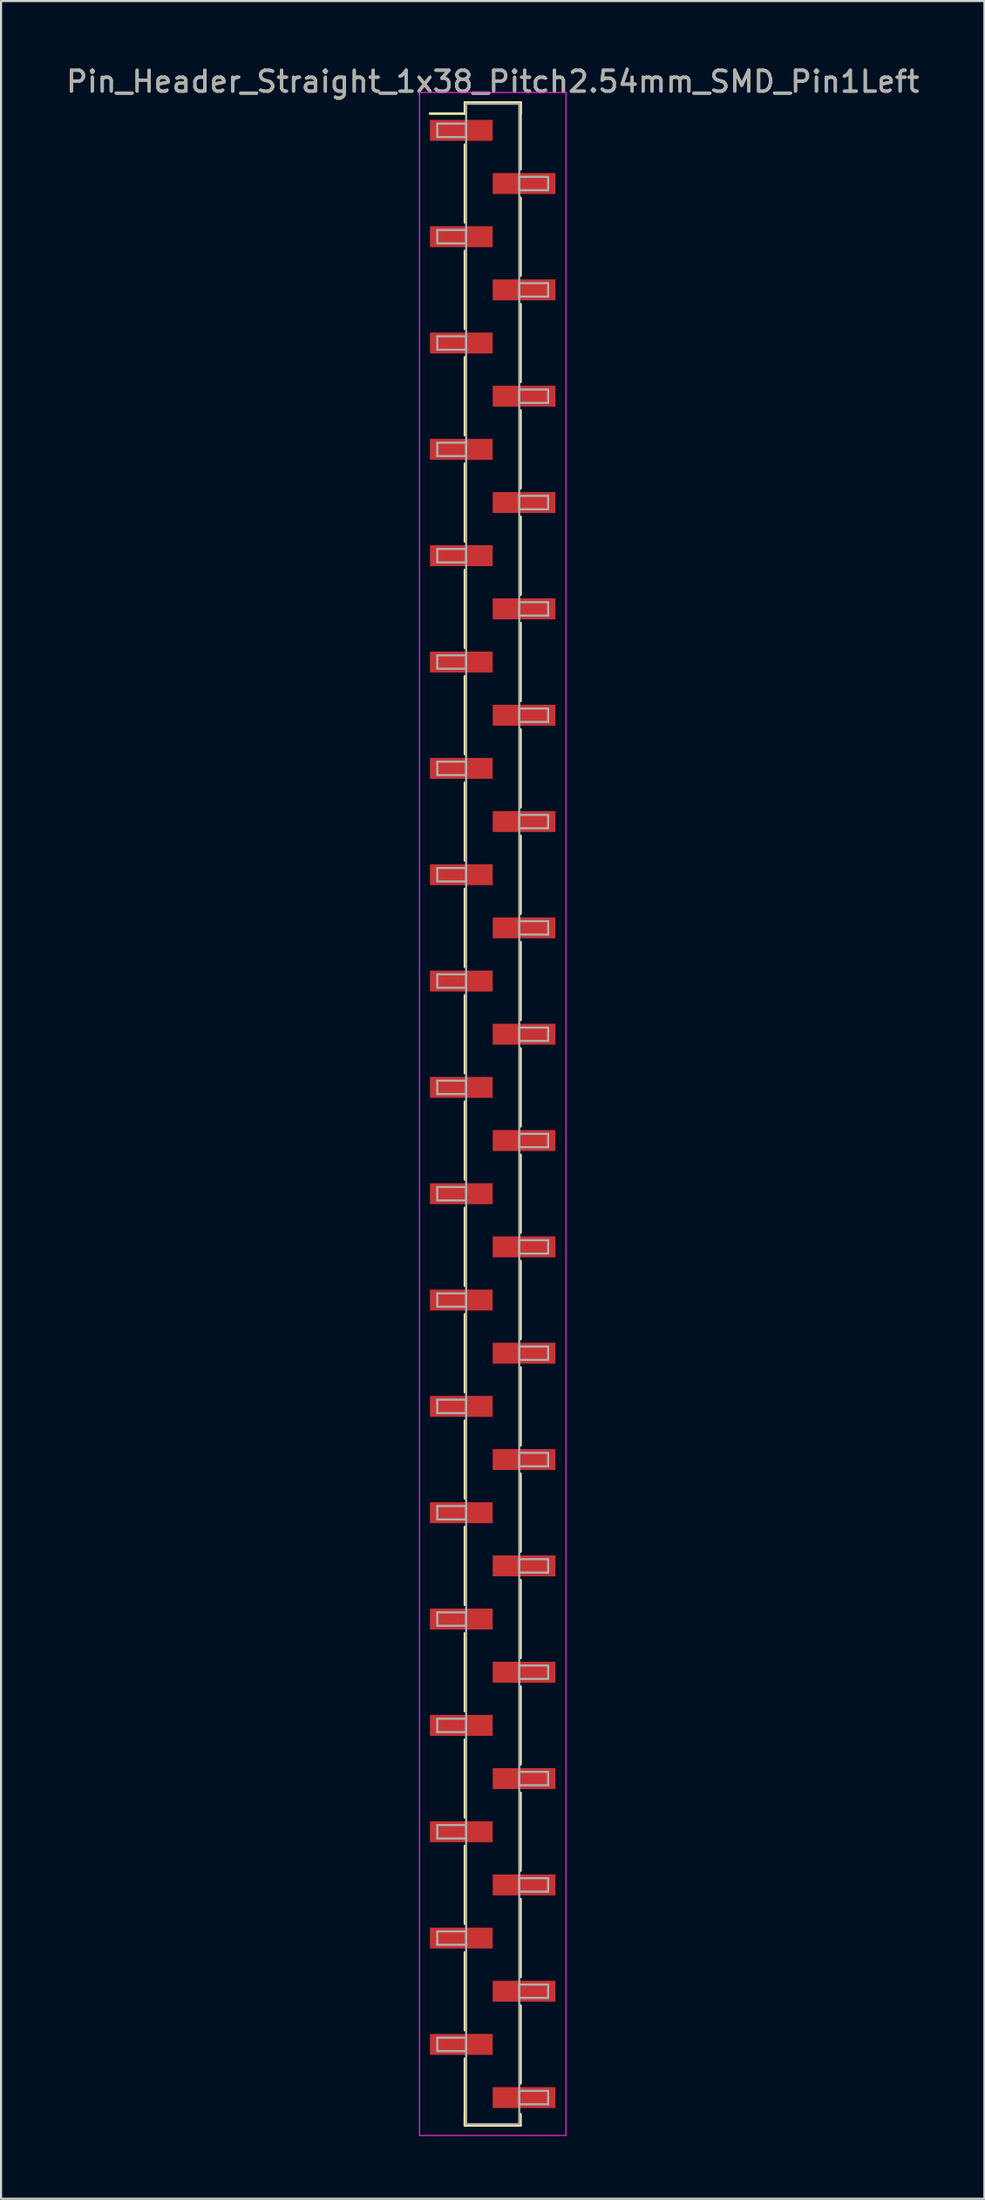
<source format=kicad_pcb>
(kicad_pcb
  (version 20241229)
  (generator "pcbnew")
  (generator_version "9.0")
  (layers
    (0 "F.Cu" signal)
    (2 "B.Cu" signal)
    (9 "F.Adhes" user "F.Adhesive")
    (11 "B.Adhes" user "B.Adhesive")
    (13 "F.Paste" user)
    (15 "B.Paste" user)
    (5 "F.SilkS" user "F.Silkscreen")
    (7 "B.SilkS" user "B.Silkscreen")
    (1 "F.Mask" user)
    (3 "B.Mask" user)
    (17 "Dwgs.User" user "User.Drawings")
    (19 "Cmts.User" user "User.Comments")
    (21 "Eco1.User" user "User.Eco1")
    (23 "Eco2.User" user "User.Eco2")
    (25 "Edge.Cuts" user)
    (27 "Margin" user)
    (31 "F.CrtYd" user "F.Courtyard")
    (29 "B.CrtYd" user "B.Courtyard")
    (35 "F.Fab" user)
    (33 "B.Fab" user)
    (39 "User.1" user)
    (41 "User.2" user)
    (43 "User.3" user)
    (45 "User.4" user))
  (footprint "Pin_Header_Straight_1x38_Pitch2.54mm_SMD_Pin1Left"
    (layer "F.Cu")
    (at 20.506 50.168)
    (property "Reference" "Pin_Header_Straight_1x38_Pitch2.54mm_SMD_Pin1Left" (at 0 -49.32 0) (layer "F.SilkS") (effects (font (size 1 1) (thickness 0.15))))
    (attr smd)
    (fp_line (start -1.33 -48.32) (end 1.33 -48.32) (stroke (width 0.12) (type solid)) (layer "F.SilkS"))
    (fp_line (start -1.33 -47.79) (end -3 -47.79) (stroke (width 0.12) (type solid)) (layer "F.SilkS"))
    (fp_line (start -1.33 -47.79) (end -1.33 -48.32) (stroke (width 0.12) (type solid)) (layer "F.SilkS"))
    (fp_line (start -1.33 -46.31) (end -1.33 -42.59) (stroke (width 0.12) (type solid)) (layer "F.SilkS"))
    (fp_line (start -1.33 -41.23) (end -1.33 -37.51) (stroke (width 0.12) (type solid)) (layer "F.SilkS"))
    (fp_line (start -1.33 -36.15) (end -1.33 -32.43) (stroke (width 0.12) (type solid)) (layer "F.SilkS"))
    (fp_line (start -1.33 -31.07) (end -1.33 -27.35) (stroke (width 0.12) (type solid)) (layer "F.SilkS"))
    (fp_line (start -1.33 -25.99) (end -1.33 -22.27) (stroke (width 0.12) (type solid)) (layer "F.SilkS"))
    (fp_line (start -1.33 -20.91) (end -1.33 -17.19) (stroke (width 0.12) (type solid)) (layer "F.SilkS"))
    (fp_line (start -1.33 -15.83) (end -1.33 -12.11) (stroke (width 0.12) (type solid)) (layer "F.SilkS"))
    (fp_line (start -1.33 -10.75) (end -1.33 -7.03) (stroke (width 0.12) (type solid)) (layer "F.SilkS"))
    (fp_line (start -1.33 -5.67) (end -1.33 -1.95) (stroke (width 0.12) (type solid)) (layer "F.SilkS"))
    (fp_line (start -1.33 -0.59) (end -1.33 3.13) (stroke (width 0.12) (type solid)) (layer "F.SilkS"))
    (fp_line (start -1.33 4.49) (end -1.33 8.21) (stroke (width 0.12) (type solid)) (layer "F.SilkS"))
    (fp_line (start -1.33 9.57) (end -1.33 13.29) (stroke (width 0.12) (type solid)) (layer "F.SilkS"))
    (fp_line (start -1.33 14.65) (end -1.33 18.37) (stroke (width 0.12) (type solid)) (layer "F.SilkS"))
    (fp_line (start -1.33 19.73) (end -1.33 23.45) (stroke (width 0.12) (type solid)) (layer "F.SilkS"))
    (fp_line (start -1.33 24.81) (end -1.33 28.53) (stroke (width 0.12) (type solid)) (layer "F.SilkS"))
    (fp_line (start -1.33 29.89) (end -1.33 33.61) (stroke (width 0.12) (type solid)) (layer "F.SilkS"))
    (fp_line (start -1.33 34.97) (end -1.33 38.69) (stroke (width 0.12) (type solid)) (layer "F.SilkS"))
    (fp_line (start -1.33 40.05) (end -1.33 43.77) (stroke (width 0.12) (type solid)) (layer "F.SilkS"))
    (fp_line (start -1.33 45.13) (end -1.33 48.32) (stroke (width 0.12) (type solid)) (layer "F.SilkS"))
    (fp_line (start -1.33 47.79) (end -1.33 48.32) (stroke (width 0.12) (type solid)) (layer "F.SilkS"))
    (fp_line (start -1.33 48.32) (end 1.33 48.32) (stroke (width 0.12) (type solid)) (layer "F.SilkS"))
    (fp_line (start 1.33 -48.32) (end 1.33 -47.79) (stroke (width 0.12) (type solid)) (layer "F.SilkS"))
    (fp_line (start 1.33 -48.32) (end 1.33 -45.13) (stroke (width 0.12) (type solid)) (layer "F.SilkS"))
    (fp_line (start 1.33 -43.77) (end 1.33 -40.05) (stroke (width 0.12) (type solid)) (layer "F.SilkS"))
    (fp_line (start 1.33 -38.69) (end 1.33 -34.97) (stroke (width 0.12) (type solid)) (layer "F.SilkS"))
    (fp_line (start 1.33 -33.61) (end 1.33 -29.89) (stroke (width 0.12) (type solid)) (layer "F.SilkS"))
    (fp_line (start 1.33 -28.53) (end 1.33 -24.81) (stroke (width 0.12) (type solid)) (layer "F.SilkS"))
    (fp_line (start 1.33 -23.45) (end 1.33 -19.73) (stroke (width 0.12) (type solid)) (layer "F.SilkS"))
    (fp_line (start 1.33 -18.37) (end 1.33 -14.65) (stroke (width 0.12) (type solid)) (layer "F.SilkS"))
    (fp_line (start 1.33 -13.29) (end 1.33 -9.57) (stroke (width 0.12) (type solid)) (layer "F.SilkS"))
    (fp_line (start 1.33 -8.21) (end 1.33 -4.49) (stroke (width 0.12) (type solid)) (layer "F.SilkS"))
    (fp_line (start 1.33 -3.13) (end 1.33 0.59) (stroke (width 0.12) (type solid)) (layer "F.SilkS"))
    (fp_line (start 1.33 1.95) (end 1.33 5.67) (stroke (width 0.12) (type solid)) (layer "F.SilkS"))
    (fp_line (start 1.33 7.03) (end 1.33 10.75) (stroke (width 0.12) (type solid)) (layer "F.SilkS"))
    (fp_line (start 1.33 12.11) (end 1.33 15.83) (stroke (width 0.12) (type solid)) (layer "F.SilkS"))
    (fp_line (start 1.33 17.19) (end 1.33 20.91) (stroke (width 0.12) (type solid)) (layer "F.SilkS"))
    (fp_line (start 1.33 22.27) (end 1.33 25.99) (stroke (width 0.12) (type solid)) (layer "F.SilkS"))
    (fp_line (start 1.33 27.35) (end 1.33 31.07) (stroke (width 0.12) (type solid)) (layer "F.SilkS"))
    (fp_line (start 1.33 32.43) (end 1.33 36.15) (stroke (width 0.12) (type solid)) (layer "F.SilkS"))
    (fp_line (start 1.33 37.51) (end 1.33 41.23) (stroke (width 0.12) (type solid)) (layer "F.SilkS"))
    (fp_line (start 1.33 42.59) (end 1.33 46.31) (stroke (width 0.12) (type solid)) (layer "F.SilkS"))
    (fp_line (start 1.33 48.32) (end 1.33 47.79) (stroke (width 0.12) (type solid)) (layer "F.SilkS"))
    (fp_line (start -3.5 -48.8) (end -3.5 48.8) (stroke (width 0.05) (type solid)) (layer "F.CrtYd"))
    (fp_line (start -3.5 48.8) (end 3.5 48.8) (stroke (width 0.05) (type solid)) (layer "F.CrtYd"))
    (fp_line (start 3.5 -48.8) (end -3.5 -48.8) (stroke (width 0.05) (type solid)) (layer "F.CrtYd"))
    (fp_line (start 3.5 48.8) (end 3.5 -48.8) (stroke (width 0.05) (type solid)) (layer "F.CrtYd"))
    (fp_line (start -2.65 -47.31) (end -1.27 -47.31) (stroke (width 0.1) (type solid)) (layer "F.Fab"))
    (fp_line (start -2.65 -46.67) (end -2.65 -47.31) (stroke (width 0.1) (type solid)) (layer "F.Fab"))
    (fp_line (start -2.65 -42.23) (end -1.27 -42.23) (stroke (width 0.1) (type solid)) (layer "F.Fab"))
    (fp_line (start -2.65 -41.59) (end -2.65 -42.23) (stroke (width 0.1) (type solid)) (layer "F.Fab"))
    (fp_line (start -2.65 -37.15) (end -1.27 -37.15) (stroke (width 0.1) (type solid)) (layer "F.Fab"))
    (fp_line (start -2.65 -36.51) (end -2.65 -37.15) (stroke (width 0.1) (type solid)) (layer "F.Fab"))
    (fp_line (start -2.65 -32.07) (end -1.27 -32.07) (stroke (width 0.1) (type solid)) (layer "F.Fab"))
    (fp_line (start -2.65 -31.43) (end -2.65 -32.07) (stroke (width 0.1) (type solid)) (layer "F.Fab"))
    (fp_line (start -2.65 -26.99) (end -1.27 -26.99) (stroke (width 0.1) (type solid)) (layer "F.Fab"))
    (fp_line (start -2.65 -26.35) (end -2.65 -26.99) (stroke (width 0.1) (type solid)) (layer "F.Fab"))
    (fp_line (start -2.65 -21.91) (end -1.27 -21.91) (stroke (width 0.1) (type solid)) (layer "F.Fab"))
    (fp_line (start -2.65 -21.27) (end -2.65 -21.91) (stroke (width 0.1) (type solid)) (layer "F.Fab"))
    (fp_line (start -2.65 -16.83) (end -1.27 -16.83) (stroke (width 0.1) (type solid)) (layer "F.Fab"))
    (fp_line (start -2.65 -16.19) (end -2.65 -16.83) (stroke (width 0.1) (type solid)) (layer "F.Fab"))
    (fp_line (start -2.65 -11.75) (end -1.27 -11.75) (stroke (width 0.1) (type solid)) (layer "F.Fab"))
    (fp_line (start -2.65 -11.11) (end -2.65 -11.75) (stroke (width 0.1) (type solid)) (layer "F.Fab"))
    (fp_line (start -2.65 -6.67) (end -1.27 -6.67) (stroke (width 0.1) (type solid)) (layer "F.Fab"))
    (fp_line (start -2.65 -6.03) (end -2.65 -6.67) (stroke (width 0.1) (type solid)) (layer "F.Fab"))
    (fp_line (start -2.65 -1.59) (end -1.27 -1.59) (stroke (width 0.1) (type solid)) (layer "F.Fab"))
    (fp_line (start -2.65 -0.95) (end -2.65 -1.59) (stroke (width 0.1) (type solid)) (layer "F.Fab"))
    (fp_line (start -2.65 3.49) (end -1.27 3.49) (stroke (width 0.1) (type solid)) (layer "F.Fab"))
    (fp_line (start -2.65 4.13) (end -2.65 3.49) (stroke (width 0.1) (type solid)) (layer "F.Fab"))
    (fp_line (start -2.65 8.57) (end -1.27 8.57) (stroke (width 0.1) (type solid)) (layer "F.Fab"))
    (fp_line (start -2.65 9.21) (end -2.65 8.57) (stroke (width 0.1) (type solid)) (layer "F.Fab"))
    (fp_line (start -2.65 13.65) (end -1.27 13.65) (stroke (width 0.1) (type solid)) (layer "F.Fab"))
    (fp_line (start -2.65 14.29) (end -2.65 13.65) (stroke (width 0.1) (type solid)) (layer "F.Fab"))
    (fp_line (start -2.65 18.73) (end -1.27 18.73) (stroke (width 0.1) (type solid)) (layer "F.Fab"))
    (fp_line (start -2.65 19.37) (end -2.65 18.73) (stroke (width 0.1) (type solid)) (layer "F.Fab"))
    (fp_line (start -2.65 23.81) (end -1.27 23.81) (stroke (width 0.1) (type solid)) (layer "F.Fab"))
    (fp_line (start -2.65 24.45) (end -2.65 23.81) (stroke (width 0.1) (type solid)) (layer "F.Fab"))
    (fp_line (start -2.65 28.89) (end -1.27 28.89) (stroke (width 0.1) (type solid)) (layer "F.Fab"))
    (fp_line (start -2.65 29.53) (end -2.65 28.89) (stroke (width 0.1) (type solid)) (layer "F.Fab"))
    (fp_line (start -2.65 33.97) (end -1.27 33.97) (stroke (width 0.1) (type solid)) (layer "F.Fab"))
    (fp_line (start -2.65 34.61) (end -2.65 33.97) (stroke (width 0.1) (type solid)) (layer "F.Fab"))
    (fp_line (start -2.65 39.05) (end -1.27 39.05) (stroke (width 0.1) (type solid)) (layer "F.Fab"))
    (fp_line (start -2.65 39.69) (end -2.65 39.05) (stroke (width 0.1) (type solid)) (layer "F.Fab"))
    (fp_line (start -2.65 44.13) (end -1.27 44.13) (stroke (width 0.1) (type solid)) (layer "F.Fab"))
    (fp_line (start -2.65 44.77) (end -2.65 44.13) (stroke (width 0.1) (type solid)) (layer "F.Fab"))
    (fp_line (start -1.27 -48.26) (end -1.27 48.26) (stroke (width 0.1) (type solid)) (layer "F.Fab"))
    (fp_line (start -1.27 -47.31) (end -1.27 -46.67) (stroke (width 0.1) (type solid)) (layer "F.Fab"))
    (fp_line (start -1.27 -46.67) (end -2.65 -46.67) (stroke (width 0.1) (type solid)) (layer "F.Fab"))
    (fp_line (start -1.27 -42.23) (end -1.27 -41.59) (stroke (width 0.1) (type solid)) (layer "F.Fab"))
    (fp_line (start -1.27 -41.59) (end -2.65 -41.59) (stroke (width 0.1) (type solid)) (layer "F.Fab"))
    (fp_line (start -1.27 -37.15) (end -1.27 -36.51) (stroke (width 0.1) (type solid)) (layer "F.Fab"))
    (fp_line (start -1.27 -36.51) (end -2.65 -36.51) (stroke (width 0.1) (type solid)) (layer "F.Fab"))
    (fp_line (start -1.27 -32.07) (end -1.27 -31.43) (stroke (width 0.1) (type solid)) (layer "F.Fab"))
    (fp_line (start -1.27 -31.43) (end -2.65 -31.43) (stroke (width 0.1) (type solid)) (layer "F.Fab"))
    (fp_line (start -1.27 -26.99) (end -1.27 -26.35) (stroke (width 0.1) (type solid)) (layer "F.Fab"))
    (fp_line (start -1.27 -26.35) (end -2.65 -26.35) (stroke (width 0.1) (type solid)) (layer "F.Fab"))
    (fp_line (start -1.27 -21.91) (end -1.27 -21.27) (stroke (width 0.1) (type solid)) (layer "F.Fab"))
    (fp_line (start -1.27 -21.27) (end -2.65 -21.27) (stroke (width 0.1) (type solid)) (layer "F.Fab"))
    (fp_line (start -1.27 -16.83) (end -1.27 -16.19) (stroke (width 0.1) (type solid)) (layer "F.Fab"))
    (fp_line (start -1.27 -16.19) (end -2.65 -16.19) (stroke (width 0.1) (type solid)) (layer "F.Fab"))
    (fp_line (start -1.27 -11.75) (end -1.27 -11.11) (stroke (width 0.1) (type solid)) (layer "F.Fab"))
    (fp_line (start -1.27 -11.11) (end -2.65 -11.11) (stroke (width 0.1) (type solid)) (layer "F.Fab"))
    (fp_line (start -1.27 -6.67) (end -1.27 -6.03) (stroke (width 0.1) (type solid)) (layer "F.Fab"))
    (fp_line (start -1.27 -6.03) (end -2.65 -6.03) (stroke (width 0.1) (type solid)) (layer "F.Fab"))
    (fp_line (start -1.27 -1.59) (end -1.27 -0.95) (stroke (width 0.1) (type solid)) (layer "F.Fab"))
    (fp_line (start -1.27 -0.95) (end -2.65 -0.95) (stroke (width 0.1) (type solid)) (layer "F.Fab"))
    (fp_line (start -1.27 3.49) (end -1.27 4.13) (stroke (width 0.1) (type solid)) (layer "F.Fab"))
    (fp_line (start -1.27 4.13) (end -2.65 4.13) (stroke (width 0.1) (type solid)) (layer "F.Fab"))
    (fp_line (start -1.27 8.57) (end -1.27 9.21) (stroke (width 0.1) (type solid)) (layer "F.Fab"))
    (fp_line (start -1.27 9.21) (end -2.65 9.21) (stroke (width 0.1) (type solid)) (layer "F.Fab"))
    (fp_line (start -1.27 13.65) (end -1.27 14.29) (stroke (width 0.1) (type solid)) (layer "F.Fab"))
    (fp_line (start -1.27 14.29) (end -2.65 14.29) (stroke (width 0.1) (type solid)) (layer "F.Fab"))
    (fp_line (start -1.27 18.73) (end -1.27 19.37) (stroke (width 0.1) (type solid)) (layer "F.Fab"))
    (fp_line (start -1.27 19.37) (end -2.65 19.37) (stroke (width 0.1) (type solid)) (layer "F.Fab"))
    (fp_line (start -1.27 23.81) (end -1.27 24.45) (stroke (width 0.1) (type solid)) (layer "F.Fab"))
    (fp_line (start -1.27 24.45) (end -2.65 24.45) (stroke (width 0.1) (type solid)) (layer "F.Fab"))
    (fp_line (start -1.27 28.89) (end -1.27 29.53) (stroke (width 0.1) (type solid)) (layer "F.Fab"))
    (fp_line (start -1.27 29.53) (end -2.65 29.53) (stroke (width 0.1) (type solid)) (layer "F.Fab"))
    (fp_line (start -1.27 33.97) (end -1.27 34.61) (stroke (width 0.1) (type solid)) (layer "F.Fab"))
    (fp_line (start -1.27 34.61) (end -2.65 34.61) (stroke (width 0.1) (type solid)) (layer "F.Fab"))
    (fp_line (start -1.27 39.05) (end -1.27 39.69) (stroke (width 0.1) (type solid)) (layer "F.Fab"))
    (fp_line (start -1.27 39.69) (end -2.65 39.69) (stroke (width 0.1) (type solid)) (layer "F.Fab"))
    (fp_line (start -1.27 44.13) (end -1.27 44.77) (stroke (width 0.1) (type solid)) (layer "F.Fab"))
    (fp_line (start -1.27 44.77) (end -2.65 44.77) (stroke (width 0.1) (type solid)) (layer "F.Fab"))
    (fp_line (start -1.27 48.26) (end 1.27 48.26) (stroke (width 0.1) (type solid)) (layer "F.Fab"))
    (fp_line (start 1.27 -48.26) (end -1.27 -48.26) (stroke (width 0.1) (type solid)) (layer "F.Fab"))
    (fp_line (start 1.27 -44.77) (end 1.27 -44.13) (stroke (width 0.1) (type solid)) (layer "F.Fab"))
    (fp_line (start 1.27 -44.13) (end 2.65 -44.13) (stroke (width 0.1) (type solid)) (layer "F.Fab"))
    (fp_line (start 1.27 -39.69) (end 1.27 -39.05) (stroke (width 0.1) (type solid)) (layer "F.Fab"))
    (fp_line (start 1.27 -39.05) (end 2.65 -39.05) (stroke (width 0.1) (type solid)) (layer "F.Fab"))
    (fp_line (start 1.27 -34.61) (end 1.27 -33.97) (stroke (width 0.1) (type solid)) (layer "F.Fab"))
    (fp_line (start 1.27 -33.97) (end 2.65 -33.97) (stroke (width 0.1) (type solid)) (layer "F.Fab"))
    (fp_line (start 1.27 -29.53) (end 1.27 -28.89) (stroke (width 0.1) (type solid)) (layer "F.Fab"))
    (fp_line (start 1.27 -28.89) (end 2.65 -28.89) (stroke (width 0.1) (type solid)) (layer "F.Fab"))
    (fp_line (start 1.27 -24.45) (end 1.27 -23.81) (stroke (width 0.1) (type solid)) (layer "F.Fab"))
    (fp_line (start 1.27 -23.81) (end 2.65 -23.81) (stroke (width 0.1) (type solid)) (layer "F.Fab"))
    (fp_line (start 1.27 -19.37) (end 1.27 -18.73) (stroke (width 0.1) (type solid)) (layer "F.Fab"))
    (fp_line (start 1.27 -18.73) (end 2.65 -18.73) (stroke (width 0.1) (type solid)) (layer "F.Fab"))
    (fp_line (start 1.27 -14.29) (end 1.27 -13.65) (stroke (width 0.1) (type solid)) (layer "F.Fab"))
    (fp_line (start 1.27 -13.65) (end 2.65 -13.65) (stroke (width 0.1) (type solid)) (layer "F.Fab"))
    (fp_line (start 1.27 -9.21) (end 1.27 -8.57) (stroke (width 0.1) (type solid)) (layer "F.Fab"))
    (fp_line (start 1.27 -8.57) (end 2.65 -8.57) (stroke (width 0.1) (type solid)) (layer "F.Fab"))
    (fp_line (start 1.27 -4.13) (end 1.27 -3.49) (stroke (width 0.1) (type solid)) (layer "F.Fab"))
    (fp_line (start 1.27 -3.49) (end 2.65 -3.49) (stroke (width 0.1) (type solid)) (layer "F.Fab"))
    (fp_line (start 1.27 0.95) (end 1.27 1.59) (stroke (width 0.1) (type solid)) (layer "F.Fab"))
    (fp_line (start 1.27 1.59) (end 2.65 1.59) (stroke (width 0.1) (type solid)) (layer "F.Fab"))
    (fp_line (start 1.27 6.03) (end 1.27 6.67) (stroke (width 0.1) (type solid)) (layer "F.Fab"))
    (fp_line (start 1.27 6.67) (end 2.65 6.67) (stroke (width 0.1) (type solid)) (layer "F.Fab"))
    (fp_line (start 1.27 11.11) (end 1.27 11.75) (stroke (width 0.1) (type solid)) (layer "F.Fab"))
    (fp_line (start 1.27 11.75) (end 2.65 11.75) (stroke (width 0.1) (type solid)) (layer "F.Fab"))
    (fp_line (start 1.27 16.19) (end 1.27 16.83) (stroke (width 0.1) (type solid)) (layer "F.Fab"))
    (fp_line (start 1.27 16.83) (end 2.65 16.83) (stroke (width 0.1) (type solid)) (layer "F.Fab"))
    (fp_line (start 1.27 21.27) (end 1.27 21.91) (stroke (width 0.1) (type solid)) (layer "F.Fab"))
    (fp_line (start 1.27 21.91) (end 2.65 21.91) (stroke (width 0.1) (type solid)) (layer "F.Fab"))
    (fp_line (start 1.27 26.35) (end 1.27 26.99) (stroke (width 0.1) (type solid)) (layer "F.Fab"))
    (fp_line (start 1.27 26.99) (end 2.65 26.99) (stroke (width 0.1) (type solid)) (layer "F.Fab"))
    (fp_line (start 1.27 31.43) (end 1.27 32.07) (stroke (width 0.1) (type solid)) (layer "F.Fab"))
    (fp_line (start 1.27 32.07) (end 2.65 32.07) (stroke (width 0.1) (type solid)) (layer "F.Fab"))
    (fp_line (start 1.27 36.51) (end 1.27 37.15) (stroke (width 0.1) (type solid)) (layer "F.Fab"))
    (fp_line (start 1.27 37.15) (end 2.65 37.15) (stroke (width 0.1) (type solid)) (layer "F.Fab"))
    (fp_line (start 1.27 41.59) (end 1.27 42.23) (stroke (width 0.1) (type solid)) (layer "F.Fab"))
    (fp_line (start 1.27 42.23) (end 2.65 42.23) (stroke (width 0.1) (type solid)) (layer "F.Fab"))
    (fp_line (start 1.27 46.67) (end 1.27 47.31) (stroke (width 0.1) (type solid)) (layer "F.Fab"))
    (fp_line (start 1.27 47.31) (end 2.65 47.31) (stroke (width 0.1) (type solid)) (layer "F.Fab"))
    (fp_line (start 1.27 48.26) (end 1.27 -48.26) (stroke (width 0.1) (type solid)) (layer "F.Fab"))
    (fp_line (start 2.65 -44.77) (end 1.27 -44.77) (stroke (width 0.1) (type solid)) (layer "F.Fab"))
    (fp_line (start 2.65 -44.13) (end 2.65 -44.77) (stroke (width 0.1) (type solid)) (layer "F.Fab"))
    (fp_line (start 2.65 -39.69) (end 1.27 -39.69) (stroke (width 0.1) (type solid)) (layer "F.Fab"))
    (fp_line (start 2.65 -39.05) (end 2.65 -39.69) (stroke (width 0.1) (type solid)) (layer "F.Fab"))
    (fp_line (start 2.65 -34.61) (end 1.27 -34.61) (stroke (width 0.1) (type solid)) (layer "F.Fab"))
    (fp_line (start 2.65 -33.97) (end 2.65 -34.61) (stroke (width 0.1) (type solid)) (layer "F.Fab"))
    (fp_line (start 2.65 -29.53) (end 1.27 -29.53) (stroke (width 0.1) (type solid)) (layer "F.Fab"))
    (fp_line (start 2.65 -28.89) (end 2.65 -29.53) (stroke (width 0.1) (type solid)) (layer "F.Fab"))
    (fp_line (start 2.65 -24.45) (end 1.27 -24.45) (stroke (width 0.1) (type solid)) (layer "F.Fab"))
    (fp_line (start 2.65 -23.81) (end 2.65 -24.45) (stroke (width 0.1) (type solid)) (layer "F.Fab"))
    (fp_line (start 2.65 -19.37) (end 1.27 -19.37) (stroke (width 0.1) (type solid)) (layer "F.Fab"))
    (fp_line (start 2.65 -18.73) (end 2.65 -19.37) (stroke (width 0.1) (type solid)) (layer "F.Fab"))
    (fp_line (start 2.65 -14.29) (end 1.27 -14.29) (stroke (width 0.1) (type solid)) (layer "F.Fab"))
    (fp_line (start 2.65 -13.65) (end 2.65 -14.29) (stroke (width 0.1) (type solid)) (layer "F.Fab"))
    (fp_line (start 2.65 -9.21) (end 1.27 -9.21) (stroke (width 0.1) (type solid)) (layer "F.Fab"))
    (fp_line (start 2.65 -8.57) (end 2.65 -9.21) (stroke (width 0.1) (type solid)) (layer "F.Fab"))
    (fp_line (start 2.65 -4.13) (end 1.27 -4.13) (stroke (width 0.1) (type solid)) (layer "F.Fab"))
    (fp_line (start 2.65 -3.49) (end 2.65 -4.13) (stroke (width 0.1) (type solid)) (layer "F.Fab"))
    (fp_line (start 2.65 0.95) (end 1.27 0.95) (stroke (width 0.1) (type solid)) (layer "F.Fab"))
    (fp_line (start 2.65 1.59) (end 2.65 0.95) (stroke (width 0.1) (type solid)) (layer "F.Fab"))
    (fp_line (start 2.65 6.03) (end 1.27 6.03) (stroke (width 0.1) (type solid)) (layer "F.Fab"))
    (fp_line (start 2.65 6.67) (end 2.65 6.03) (stroke (width 0.1) (type solid)) (layer "F.Fab"))
    (fp_line (start 2.65 11.11) (end 1.27 11.11) (stroke (width 0.1) (type solid)) (layer "F.Fab"))
    (fp_line (start 2.65 11.75) (end 2.65 11.11) (stroke (width 0.1) (type solid)) (layer "F.Fab"))
    (fp_line (start 2.65 16.19) (end 1.27 16.19) (stroke (width 0.1) (type solid)) (layer "F.Fab"))
    (fp_line (start 2.65 16.83) (end 2.65 16.19) (stroke (width 0.1) (type solid)) (layer "F.Fab"))
    (fp_line (start 2.65 21.27) (end 1.27 21.27) (stroke (width 0.1) (type solid)) (layer "F.Fab"))
    (fp_line (start 2.65 21.91) (end 2.65 21.27) (stroke (width 0.1) (type solid)) (layer "F.Fab"))
    (fp_line (start 2.65 26.35) (end 1.27 26.35) (stroke (width 0.1) (type solid)) (layer "F.Fab"))
    (fp_line (start 2.65 26.99) (end 2.65 26.35) (stroke (width 0.1) (type solid)) (layer "F.Fab"))
    (fp_line (start 2.65 31.43) (end 1.27 31.43) (stroke (width 0.1) (type solid)) (layer "F.Fab"))
    (fp_line (start 2.65 32.07) (end 2.65 31.43) (stroke (width 0.1) (type solid)) (layer "F.Fab"))
    (fp_line (start 2.65 36.51) (end 1.27 36.51) (stroke (width 0.1) (type solid)) (layer "F.Fab"))
    (fp_line (start 2.65 37.15) (end 2.65 36.51) (stroke (width 0.1) (type solid)) (layer "F.Fab"))
    (fp_line (start 2.65 41.59) (end 1.27 41.59) (stroke (width 0.1) (type solid)) (layer "F.Fab"))
    (fp_line (start 2.65 42.23) (end 2.65 41.59) (stroke (width 0.1) (type solid)) (layer "F.Fab"))
    (fp_line (start 2.65 46.67) (end 1.27 46.67) (stroke (width 0.1) (type solid)) (layer "F.Fab"))
    (fp_line (start 2.65 47.31) (end 2.65 46.67) (stroke (width 0.1) (type solid)) (layer "F.Fab"))
    (fp_text user "${REFERENCE}" (at 0 -49.32 0) (layer "F.Fab") (effects (font (size 1 1) (thickness 0.15))))
    (pad "1" smd rect (at -1.5 -46.99) (size 3 1) (layers "F.Cu" "F.Mask" "F.Paste"))
    (pad "2" smd rect (at 1.5 -44.45) (size 3 1) (layers "F.Cu" "F.Mask" "F.Paste"))
    (pad "3" smd rect (at -1.5 -41.91) (size 3 1) (layers "F.Cu" "F.Mask" "F.Paste"))
    (pad "4" smd rect (at 1.5 -39.37) (size 3 1) (layers "F.Cu" "F.Mask" "F.Paste"))
    (pad "5" smd rect (at -1.5 -36.83) (size 3 1) (layers "F.Cu" "F.Mask" "F.Paste"))
    (pad "6" smd rect (at 1.5 -34.29) (size 3 1) (layers "F.Cu" "F.Mask" "F.Paste"))
    (pad "7" smd rect (at -1.5 -31.75) (size 3 1) (layers "F.Cu" "F.Mask" "F.Paste"))
    (pad "8" smd rect (at 1.5 -29.21) (size 3 1) (layers "F.Cu" "F.Mask" "F.Paste"))
    (pad "9" smd rect (at -1.5 -26.67) (size 3 1) (layers "F.Cu" "F.Mask" "F.Paste"))
    (pad "10" smd rect (at 1.5 -24.13) (size 3 1) (layers "F.Cu" "F.Mask" "F.Paste"))
    (pad "11" smd rect (at -1.5 -21.59) (size 3 1) (layers "F.Cu" "F.Mask" "F.Paste"))
    (pad "12" smd rect (at 1.5 -19.05) (size 3 1) (layers "F.Cu" "F.Mask" "F.Paste"))
    (pad "13" smd rect (at -1.5 -16.51) (size 3 1) (layers "F.Cu" "F.Mask" "F.Paste"))
    (pad "14" smd rect (at 1.5 -13.97) (size 3 1) (layers "F.Cu" "F.Mask" "F.Paste"))
    (pad "15" smd rect (at -1.5 -11.43) (size 3 1) (layers "F.Cu" "F.Mask" "F.Paste"))
    (pad "16" smd rect (at 1.5 -8.89) (size 3 1) (layers "F.Cu" "F.Mask" "F.Paste"))
    (pad "17" smd rect (at -1.5 -6.35) (size 3 1) (layers "F.Cu" "F.Mask" "F.Paste"))
    (pad "18" smd rect (at 1.5 -3.81) (size 3 1) (layers "F.Cu" "F.Mask" "F.Paste"))
    (pad "19" smd rect (at -1.5 -1.27) (size 3 1) (layers "F.Cu" "F.Mask" "F.Paste"))
    (pad "20" smd rect (at 1.5 1.27) (size 3 1) (layers "F.Cu" "F.Mask" "F.Paste"))
    (pad "21" smd rect (at -1.5 3.81) (size 3 1) (layers "F.Cu" "F.Mask" "F.Paste"))
    (pad "22" smd rect (at 1.5 6.35) (size 3 1) (layers "F.Cu" "F.Mask" "F.Paste"))
    (pad "23" smd rect (at -1.5 8.89) (size 3 1) (layers "F.Cu" "F.Mask" "F.Paste"))
    (pad "24" smd rect (at 1.5 11.43) (size 3 1) (layers "F.Cu" "F.Mask" "F.Paste"))
    (pad "25" smd rect (at -1.5 13.97) (size 3 1) (layers "F.Cu" "F.Mask" "F.Paste"))
    (pad "26" smd rect (at 1.5 16.51) (size 3 1) (layers "F.Cu" "F.Mask" "F.Paste"))
    (pad "27" smd rect (at -1.5 19.05) (size 3 1) (layers "F.Cu" "F.Mask" "F.Paste"))
    (pad "28" smd rect (at 1.5 21.59) (size 3 1) (layers "F.Cu" "F.Mask" "F.Paste"))
    (pad "29" smd rect (at -1.5 24.13) (size 3 1) (layers "F.Cu" "F.Mask" "F.Paste"))
    (pad "30" smd rect (at 1.5 26.67) (size 3 1) (layers "F.Cu" "F.Mask" "F.Paste"))
    (pad "31" smd rect (at -1.5 29.21) (size 3 1) (layers "F.Cu" "F.Mask" "F.Paste"))
    (pad "32" smd rect (at 1.5 31.75) (size 3 1) (layers "F.Cu" "F.Mask" "F.Paste"))
    (pad "33" smd rect (at -1.5 34.29) (size 3 1) (layers "F.Cu" "F.Mask" "F.Paste"))
    (pad "34" smd rect (at 1.5 36.83) (size 3 1) (layers "F.Cu" "F.Mask" "F.Paste"))
    (pad "35" smd rect (at -1.5 39.37) (size 3 1) (layers "F.Cu" "F.Mask" "F.Paste"))
    (pad "36" smd rect (at 1.5 41.91) (size 3 1) (layers "F.Cu" "F.Mask" "F.Paste"))
    (pad "37" smd rect (at -1.5 44.45) (size 3 1) (layers "F.Cu" "F.Mask" "F.Paste"))
    (pad "38" smd rect (at 1.5 46.99) (size 3 1) (layers "F.Cu" "F.Mask" "F.Paste")))
  (gr_rect
    (start -3 -3)
    (end 44.012 101.993)
    (stroke (width 0.1) (type default))
    (fill no)
    (layer "Edge.Cuts")))
</source>
